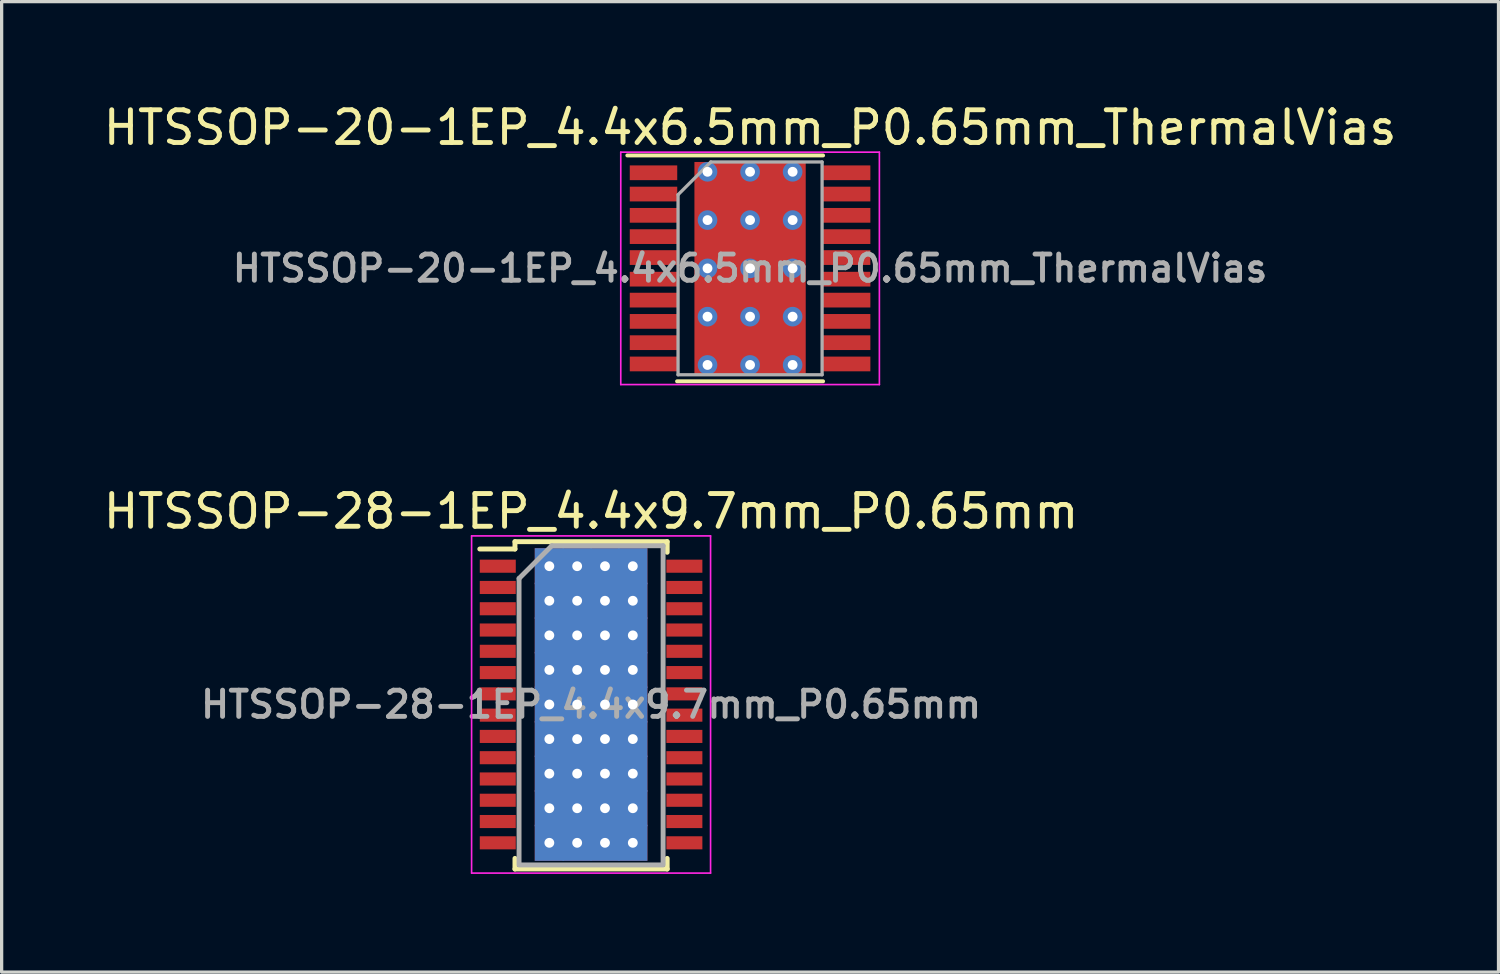
<source format=kicad_pcb>
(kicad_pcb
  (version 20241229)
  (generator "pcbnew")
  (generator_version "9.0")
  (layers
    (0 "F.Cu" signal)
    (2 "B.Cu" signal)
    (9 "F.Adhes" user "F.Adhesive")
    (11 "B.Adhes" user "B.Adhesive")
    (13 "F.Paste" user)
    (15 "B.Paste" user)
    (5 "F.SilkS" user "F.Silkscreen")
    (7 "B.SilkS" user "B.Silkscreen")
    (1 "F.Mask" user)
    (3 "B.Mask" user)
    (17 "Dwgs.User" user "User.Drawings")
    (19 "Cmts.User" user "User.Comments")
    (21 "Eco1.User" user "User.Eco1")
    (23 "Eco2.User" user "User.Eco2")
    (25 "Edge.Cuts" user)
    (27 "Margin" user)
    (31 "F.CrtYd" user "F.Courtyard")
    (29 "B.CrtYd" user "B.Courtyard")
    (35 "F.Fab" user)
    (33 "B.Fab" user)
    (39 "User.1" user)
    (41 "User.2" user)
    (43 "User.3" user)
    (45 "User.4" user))
  (footprint "HTSSOP-28-1EP_4.4x9.7mm_P0.65mm"
    (layer "F.Cu")
    (at 15.006 18.471)
    (property "Reference" "HTSSOP-28-1EP_4.4x9.7mm_P0.65mm" (at 0 -5.9 0) (layer "F.SilkS") (effects (font (size 1 1) (thickness 0.15))))
    (attr smd)
    (fp_line (start -2.325 -4.975) (end -2.325 -4.75) (stroke (width 0.15) (type solid)) (layer "F.SilkS"))
    (fp_line (start -2.325 -4.975) (end 2.325 -4.975) (stroke (width 0.15) (type solid)) (layer "F.SilkS"))
    (fp_line (start -2.325 -4.75) (end -3.4 -4.75) (stroke (width 0.15) (type solid)) (layer "F.SilkS"))
    (fp_line (start -2.325 5.026) (end -2.325 4.701) (stroke (width 0.15) (type solid)) (layer "F.SilkS"))
    (fp_line (start -2.325 5.026) (end 2.325 5.026) (stroke (width 0.15) (type solid)) (layer "F.SilkS"))
    (fp_line (start 2.325 -4.975) (end 2.325 -4.65) (stroke (width 0.15) (type solid)) (layer "F.SilkS"))
    (fp_line (start 2.325 5.026) (end 2.325 4.701) (stroke (width 0.15) (type solid)) (layer "F.SilkS"))
    (fp_line (start -3.65 -5.15) (end -3.65 5.15) (stroke (width 0.05) (type solid)) (layer "F.CrtYd"))
    (fp_line (start -3.65 -5.15) (end 3.65 -5.15) (stroke (width 0.05) (type solid)) (layer "F.CrtYd"))
    (fp_line (start -3.65 5.15) (end 3.65 5.15) (stroke (width 0.05) (type solid)) (layer "F.CrtYd"))
    (fp_line (start 3.65 -5.15) (end 3.65 5.15) (stroke (width 0.05) (type solid)) (layer "F.CrtYd"))
    (fp_line (start -2.2 -3.85) (end -1.2 -4.85) (stroke (width 0.15) (type solid)) (layer "F.Fab"))
    (fp_line (start -2.2 4.85) (end -2.2 -3.85) (stroke (width 0.15) (type solid)) (layer "F.Fab"))
    (fp_line (start -1.2 -4.85) (end 2.2 -4.85) (stroke (width 0.15) (type solid)) (layer "F.Fab"))
    (fp_line (start 2.2 -4.85) (end 2.2 4.85) (stroke (width 0.15) (type solid)) (layer "F.Fab"))
    (fp_line (start 2.2 4.901) (end -2.2 4.901) (stroke (width 0.15) (type solid)) (layer "F.Fab"))
    (fp_text user "${REFERENCE}" (at 0 0 0) (layer "F.Fab") (effects (font (size 0.8 0.8) (thickness 0.15))))
    (pad "1" smd rect (at -2.85 -4.225) (size 1.1 0.4) (layers "F.Cu" "F.Mask" "F.Paste"))
    (pad "2" smd rect (at -2.85 -3.575) (size 1.1 0.4) (layers "F.Cu" "F.Mask" "F.Paste"))
    (pad "3" smd rect (at -2.85 -2.925) (size 1.1 0.4) (layers "F.Cu" "F.Mask" "F.Paste"))
    (pad "4" smd rect (at -2.85 -2.275) (size 1.1 0.4) (layers "F.Cu" "F.Mask" "F.Paste"))
    (pad "5" smd rect (at -2.85 -1.625) (size 1.1 0.4) (layers "F.Cu" "F.Mask" "F.Paste"))
    (pad "6" smd rect (at -2.85 -0.975) (size 1.1 0.4) (layers "F.Cu" "F.Mask" "F.Paste"))
    (pad "7" smd rect (at -2.85 -0.325) (size 1.1 0.4) (layers "F.Cu" "F.Mask" "F.Paste"))
    (pad "8" smd rect (at -2.85 0.325) (size 1.1 0.4) (layers "F.Cu" "F.Mask" "F.Paste"))
    (pad "9" smd rect (at -2.85 0.975) (size 1.1 0.4) (layers "F.Cu" "F.Mask" "F.Paste"))
    (pad "10" smd rect (at -2.85 1.625) (size 1.1 0.4) (layers "F.Cu" "F.Mask" "F.Paste"))
    (pad "11" smd rect (at -2.85 2.275) (size 1.1 0.4) (layers "F.Cu" "F.Mask" "F.Paste"))
    (pad "12" smd rect (at -2.85 2.925) (size 1.1 0.4) (layers "F.Cu" "F.Mask" "F.Paste"))
    (pad "13" smd rect (at -2.85 3.575) (size 1.1 0.4) (layers "F.Cu" "F.Mask" "F.Paste"))
    (pad "14" smd rect (at -2.85 4.225) (size 1.1 0.4) (layers "F.Cu" "F.Mask" "F.Paste"))
    (pad "15" smd rect (at 2.85 4.225) (size 1.1 0.4) (layers "F.Cu" "F.Mask" "F.Paste"))
    (pad "16" smd rect (at 2.85 3.575) (size 1.1 0.4) (layers "F.Cu" "F.Mask" "F.Paste"))
    (pad "17" smd rect (at 2.85 2.925) (size 1.1 0.4) (layers "F.Cu" "F.Mask" "F.Paste"))
    (pad "18" smd rect (at 2.85 2.275) (size 1.1 0.4) (layers "F.Cu" "F.Mask" "F.Paste"))
    (pad "19" smd rect (at 2.85 1.625) (size 1.1 0.4) (layers "F.Cu" "F.Mask" "F.Paste"))
    (pad "20" smd rect (at 2.85 0.975) (size 1.1 0.4) (layers "F.Cu" "F.Mask" "F.Paste"))
    (pad "21" smd rect (at 2.85 0.325) (size 1.1 0.4) (layers "F.Cu" "F.Mask" "F.Paste"))
    (pad "22" smd rect (at 2.85 -0.325) (size 1.1 0.4) (layers "F.Cu" "F.Mask" "F.Paste"))
    (pad "23" smd rect (at 2.85 -0.975) (size 1.1 0.4) (layers "F.Cu" "F.Mask" "F.Paste"))
    (pad "24" smd rect (at 2.85 -1.625) (size 1.1 0.4) (layers "F.Cu" "F.Mask" "F.Paste"))
    (pad "25" smd rect (at 2.85 -2.275) (size 1.1 0.4) (layers "F.Cu" "F.Mask" "F.Paste"))
    (pad "26" smd rect (at 2.85 -2.925) (size 1.1 0.4) (layers "F.Cu" "F.Mask" "F.Paste"))
    (pad "27" smd rect (at 2.85 -3.575) (size 1.1 0.4) (layers "F.Cu" "F.Mask" "F.Paste"))
    (pad "28" smd rect (at 2.85 -4.225) (size 1.1 0.4) (layers "F.Cu" "F.Mask" "F.Paste"))
    (pad "29" thru_hole rect (at -1.275 -4.225) (size 0.89 1.1) (drill 0.3) (layers "*.Cu" "*.Mask"))
    (pad "29" thru_hole rect (at -1.275 -3.169) (size 0.89 1.1) (drill 0.3) (layers "*.Cu" "*.Mask"))
    (pad "29" thru_hole rect (at -1.275 -2.112) (size 0.89 1.1) (drill 0.3) (layers "*.Cu" "*.Mask"))
    (pad "29" thru_hole rect (at -1.275 -1.056) (size 0.89 1.1) (drill 0.3) (layers "*.Cu" "*.Mask"))
    (pad "29" thru_hole rect (at -1.275 0) (size 0.89 1.1) (drill 0.3) (layers "*.Cu" "*.Mask"))
    (pad "29" thru_hole rect (at -1.275 1.056) (size 0.89 1.1) (drill 0.3) (layers "*.Cu" "*.Mask"))
    (pad "29" thru_hole rect (at -1.275 2.112) (size 0.89 1.1) (drill 0.3) (layers "*.Cu" "*.Mask"))
    (pad "29" thru_hole rect (at -1.275 3.169) (size 0.89 1.1) (drill 0.3) (layers "*.Cu" "*.Mask"))
    (pad "29" thru_hole rect (at -1.275 4.225) (size 0.89 1.1) (drill 0.3) (layers "*.Cu" "*.Mask"))
    (pad "29" thru_hole rect (at -0.425 -4.225) (size 0.89 1.1) (drill 0.3) (layers "*.Cu" "*.Mask"))
    (pad "29" thru_hole rect (at -0.425 -3.169) (size 0.89 1.1) (drill 0.3) (layers "*.Cu" "*.Mask"))
    (pad "29" thru_hole rect (at -0.425 -2.112) (size 0.89 1.1) (drill 0.3) (layers "*.Cu" "*.Mask"))
    (pad "29" thru_hole rect (at -0.425 -1.056) (size 0.89 1.1) (drill 0.3) (layers "*.Cu" "*.Mask"))
    (pad "29" thru_hole rect (at -0.425 0) (size 0.89 1.1) (drill 0.3) (layers "*.Cu" "*.Mask"))
    (pad "29" thru_hole rect (at -0.425 1.056) (size 0.89 1.1) (drill 0.3) (layers "*.Cu" "*.Mask"))
    (pad "29" thru_hole rect (at -0.425 2.112) (size 0.89 1.1) (drill 0.3) (layers "*.Cu" "*.Mask"))
    (pad "29" thru_hole rect (at -0.425 3.169) (size 0.89 1.1) (drill 0.3) (layers "*.Cu" "*.Mask"))
    (pad "29" thru_hole rect (at -0.425 4.225) (size 0.89 1.1) (drill 0.3) (layers "*.Cu" "*.Mask"))
    (pad "29" thru_hole rect (at 0.425 -4.225) (size 0.89 1.1) (drill 0.3) (layers "*.Cu" "*.Mask"))
    (pad "29" thru_hole rect (at 0.425 -3.169) (size 0.89 1.1) (drill 0.3) (layers "*.Cu" "*.Mask"))
    (pad "29" thru_hole rect (at 0.425 -2.112) (size 0.89 1.1) (drill 0.3) (layers "*.Cu" "*.Mask"))
    (pad "29" thru_hole rect (at 0.425 -1.056) (size 0.89 1.1) (drill 0.3) (layers "*.Cu" "*.Mask"))
    (pad "29" thru_hole rect (at 0.425 0) (size 0.89 1.1) (drill 0.3) (layers "*.Cu" "*.Mask"))
    (pad "29" thru_hole rect (at 0.425 1.056) (size 0.89 1.1) (drill 0.3) (layers "*.Cu" "*.Mask"))
    (pad "29" thru_hole rect (at 0.425 2.112) (size 0.89 1.1) (drill 0.3) (layers "*.Cu" "*.Mask"))
    (pad "29" thru_hole rect (at 0.425 3.169) (size 0.89 1.1) (drill 0.3) (layers "*.Cu" "*.Mask"))
    (pad "29" thru_hole rect (at 0.425 4.225) (size 0.89 1.1) (drill 0.3) (layers "*.Cu" "*.Mask"))
    (pad "29" thru_hole rect (at 1.275 -4.225) (size 0.89 1.1) (drill 0.3) (layers "*.Cu" "*.Mask"))
    (pad "29" thru_hole rect (at 1.275 -3.169) (size 0.89 1.1) (drill 0.3) (layers "*.Cu" "*.Mask"))
    (pad "29" thru_hole rect (at 1.275 -2.112) (size 0.89 1.1) (drill 0.3) (layers "*.Cu" "*.Mask"))
    (pad "29" thru_hole rect (at 1.275 -1.056) (size 0.89 1.1) (drill 0.3) (layers "*.Cu" "*.Mask"))
    (pad "29" thru_hole rect (at 1.275 0) (size 0.89 1.1) (drill 0.3) (layers "*.Cu" "*.Mask"))
    (pad "29" thru_hole rect (at 1.275 1.056) (size 0.89 1.1) (drill 0.3) (layers "*.Cu" "*.Mask"))
    (pad "29" thru_hole rect (at 1.275 2.112) (size 0.89 1.1) (drill 0.3) (layers "*.Cu" "*.Mask"))
    (pad "29" thru_hole rect (at 1.275 3.169) (size 0.89 1.1) (drill 0.3) (layers "*.Cu" "*.Mask"))
    (pad "29" thru_hole rect (at 1.275 4.225) (size 0.89 1.1) (drill 0.3) (layers "*.Cu" "*.Mask")))
  (footprint "HTSSOP-20-1EP_4.4x6.5mm_P0.65mm_ThermalVias"
    (layer "F.Cu")
    (at 19.863 5.148)
    (property "Reference" "HTSSOP-20-1EP_4.4x6.5mm_P0.65mm_ThermalVias" (at 0 -4.3 0) (layer "F.SilkS") (effects (font (size 1 1) (thickness 0.15))))
    (attr smd)
    (fp_line (start -3.75 -3.45) (end 2.23 -3.45) (stroke (width 0.12) (type solid)) (layer "F.SilkS"))
    (fp_line (start -2.23 3.45) (end 2.23 3.45) (stroke (width 0.12) (type solid)) (layer "F.SilkS"))
    (fp_line (start -3.95 -3.55) (end -3.95 3.55) (stroke (width 0.05) (type solid)) (layer "F.CrtYd"))
    (fp_line (start -3.95 -3.55) (end 3.95 -3.55) (stroke (width 0.05) (type solid)) (layer "F.CrtYd"))
    (fp_line (start -3.95 3.55) (end 3.95 3.55) (stroke (width 0.05) (type solid)) (layer "F.CrtYd"))
    (fp_line (start 3.95 -3.55) (end 3.95 3.55) (stroke (width 0.05) (type solid)) (layer "F.CrtYd"))
    (fp_line (start -2.2 -2.25) (end -1.2 -3.25) (stroke (width 0.1) (type solid)) (layer "F.Fab"))
    (fp_line (start -2.2 3.25) (end -2.2 -2.25) (stroke (width 0.1) (type solid)) (layer "F.Fab"))
    (fp_line (start -1.2 -3.25) (end 2.2 -3.25) (stroke (width 0.1) (type solid)) (layer "F.Fab"))
    (fp_line (start 2.2 -3.25) (end 2.2 3.25) (stroke (width 0.1) (type solid)) (layer "F.Fab"))
    (fp_line (start 2.2 3.25) (end -2.2 3.25) (stroke (width 0.1) (type solid)) (layer "F.Fab"))
    (fp_text user "${REFERENCE}" (at 0 0 0) (layer "F.Fab") (effects (font (size 0.8 0.8) (thickness 0.15))))
    (pad "" smd rect (at -0.85 -2.212) (size 1.4 1.075) (layers "F.Paste"))
    (pad "" smd rect (at -0.85 -0.738) (size 1.4 1.075) (layers "F.Paste"))
    (pad "" smd rect (at -0.85 0.738) (size 1.4 1.075) (layers "F.Paste"))
    (pad "" smd rect (at -0.85 2.212) (size 1.4 1.075) (layers "F.Paste"))
    (pad "" smd rect (at 0.85 -2.212) (size 1.4 1.075) (layers "F.Paste"))
    (pad "" smd rect (at 0.85 -0.738) (size 1.4 1.075) (layers "F.Paste"))
    (pad "" smd rect (at 0.85 0.738) (size 1.4 1.075) (layers "F.Paste"))
    (pad "" smd rect (at 0.85 2.212) (size 1.4 1.075) (layers "F.Paste"))
    (pad "1" smd rect (at -2.95 -2.92) (size 1.45 0.45) (layers "F.Cu" "F.Mask" "F.Paste"))
    (pad "2" smd rect (at -2.95 -2.27) (size 1.45 0.45) (layers "F.Cu" "F.Mask" "F.Paste"))
    (pad "3" smd rect (at -2.95 -1.62) (size 1.45 0.45) (layers "F.Cu" "F.Mask" "F.Paste"))
    (pad "4" smd rect (at -2.95 -0.97) (size 1.45 0.45) (layers "F.Cu" "F.Mask" "F.Paste"))
    (pad "5" smd rect (at -2.95 -0.33) (size 1.45 0.45) (layers "F.Cu" "F.Mask" "F.Paste"))
    (pad "6" smd rect (at -2.95 0.33) (size 1.45 0.45) (layers "F.Cu" "F.Mask" "F.Paste"))
    (pad "7" smd rect (at -2.95 0.97) (size 1.45 0.45) (layers "F.Cu" "F.Mask" "F.Paste"))
    (pad "8" smd rect (at -2.95 1.62) (size 1.45 0.45) (layers "F.Cu" "F.Mask" "F.Paste"))
    (pad "9" smd rect (at -2.95 2.27) (size 1.45 0.45) (layers "F.Cu" "F.Mask" "F.Paste"))
    (pad "10" smd rect (at -2.95 2.92) (size 1.45 0.45) (layers "F.Cu" "F.Mask" "F.Paste"))
    (pad "11" smd rect (at 2.95 2.92) (size 1.45 0.45) (layers "F.Cu" "F.Mask" "F.Paste"))
    (pad "12" smd rect (at 2.95 2.27) (size 1.45 0.45) (layers "F.Cu" "F.Mask" "F.Paste"))
    (pad "13" smd rect (at 2.95 1.62) (size 1.45 0.45) (layers "F.Cu" "F.Mask" "F.Paste"))
    (pad "14" smd rect (at 2.95 0.97) (size 1.45 0.45) (layers "F.Cu" "F.Mask" "F.Paste"))
    (pad "15" smd rect (at 2.95 0.33) (size 1.45 0.45) (layers "F.Cu" "F.Mask" "F.Paste"))
    (pad "16" smd rect (at 2.95 -0.33) (size 1.45 0.45) (layers "F.Cu" "F.Mask" "F.Paste"))
    (pad "17" smd rect (at 2.95 -0.97) (size 1.45 0.45) (layers "F.Cu" "F.Mask" "F.Paste"))
    (pad "18" smd rect (at 2.95 -1.62) (size 1.45 0.45) (layers "F.Cu" "F.Mask" "F.Paste"))
    (pad "19" smd rect (at 2.95 -2.27) (size 1.45 0.45) (layers "F.Cu" "F.Mask" "F.Paste"))
    (pad "20" smd rect (at 2.95 -2.92) (size 1.45 0.45) (layers "F.Cu" "F.Mask" "F.Paste"))
    (pad "21" thru_hole circle (at -1.3 -2.95) (size 0.6 0.6) (drill 0.3) (layers "*.Cu"))
    (pad "21" thru_hole circle (at -1.3 -1.475) (size 0.6 0.6) (drill 0.3) (layers "*.Cu"))
    (pad "21" thru_hole circle (at -1.3 0) (size 0.6 0.6) (drill 0.3) (layers "*.Cu"))
    (pad "21" thru_hole circle (at -1.3 1.475) (size 0.6 0.6) (drill 0.3) (layers "*.Cu"))
    (pad "21" thru_hole circle (at -1.3 2.95) (size 0.6 0.6) (drill 0.3) (layers "*.Cu"))
    (pad "21" thru_hole circle (at 0 -2.95) (size 0.6 0.6) (drill 0.3) (layers "*.Cu"))
    (pad "21" thru_hole circle (at 0 -1.475) (size 0.6 0.6) (drill 0.3) (layers "*.Cu"))
    (pad "21" thru_hole circle (at 0 0) (size 0.6 0.6) (drill 0.3) (layers "*.Cu"))
    (pad "21" smd rect (at 0 0) (size 3.4 6.5) (layers "F.Cu" "F.Mask"))
    (pad "21" thru_hole circle (at 0 1.475) (size 0.6 0.6) (drill 0.3) (layers "*.Cu"))
    (pad "21" thru_hole circle (at 0 2.95) (size 0.6 0.6) (drill 0.3) (layers "*.Cu"))
    (pad "21" thru_hole circle (at 1.3 -2.95) (size 0.6 0.6) (drill 0.3) (layers "*.Cu"))
    (pad "21" thru_hole circle (at 1.3 -1.475) (size 0.6 0.6) (drill 0.3) (layers "*.Cu"))
    (pad "21" thru_hole circle (at 1.3 0) (size 0.6 0.6) (drill 0.3) (layers "*.Cu"))
    (pad "21" thru_hole circle (at 1.3 1.475) (size 0.6 0.6) (drill 0.3) (layers "*.Cu"))
    (pad "21" thru_hole circle (at 1.3 2.95) (size 0.6 0.6) (drill 0.3) (layers "*.Cu")))
  (gr_rect
    (start -3 -3)
    (end 42.726 26.646)
    (stroke (width 0.1) (type default))
    (fill no)
    (layer "Edge.Cuts")))
</source>
